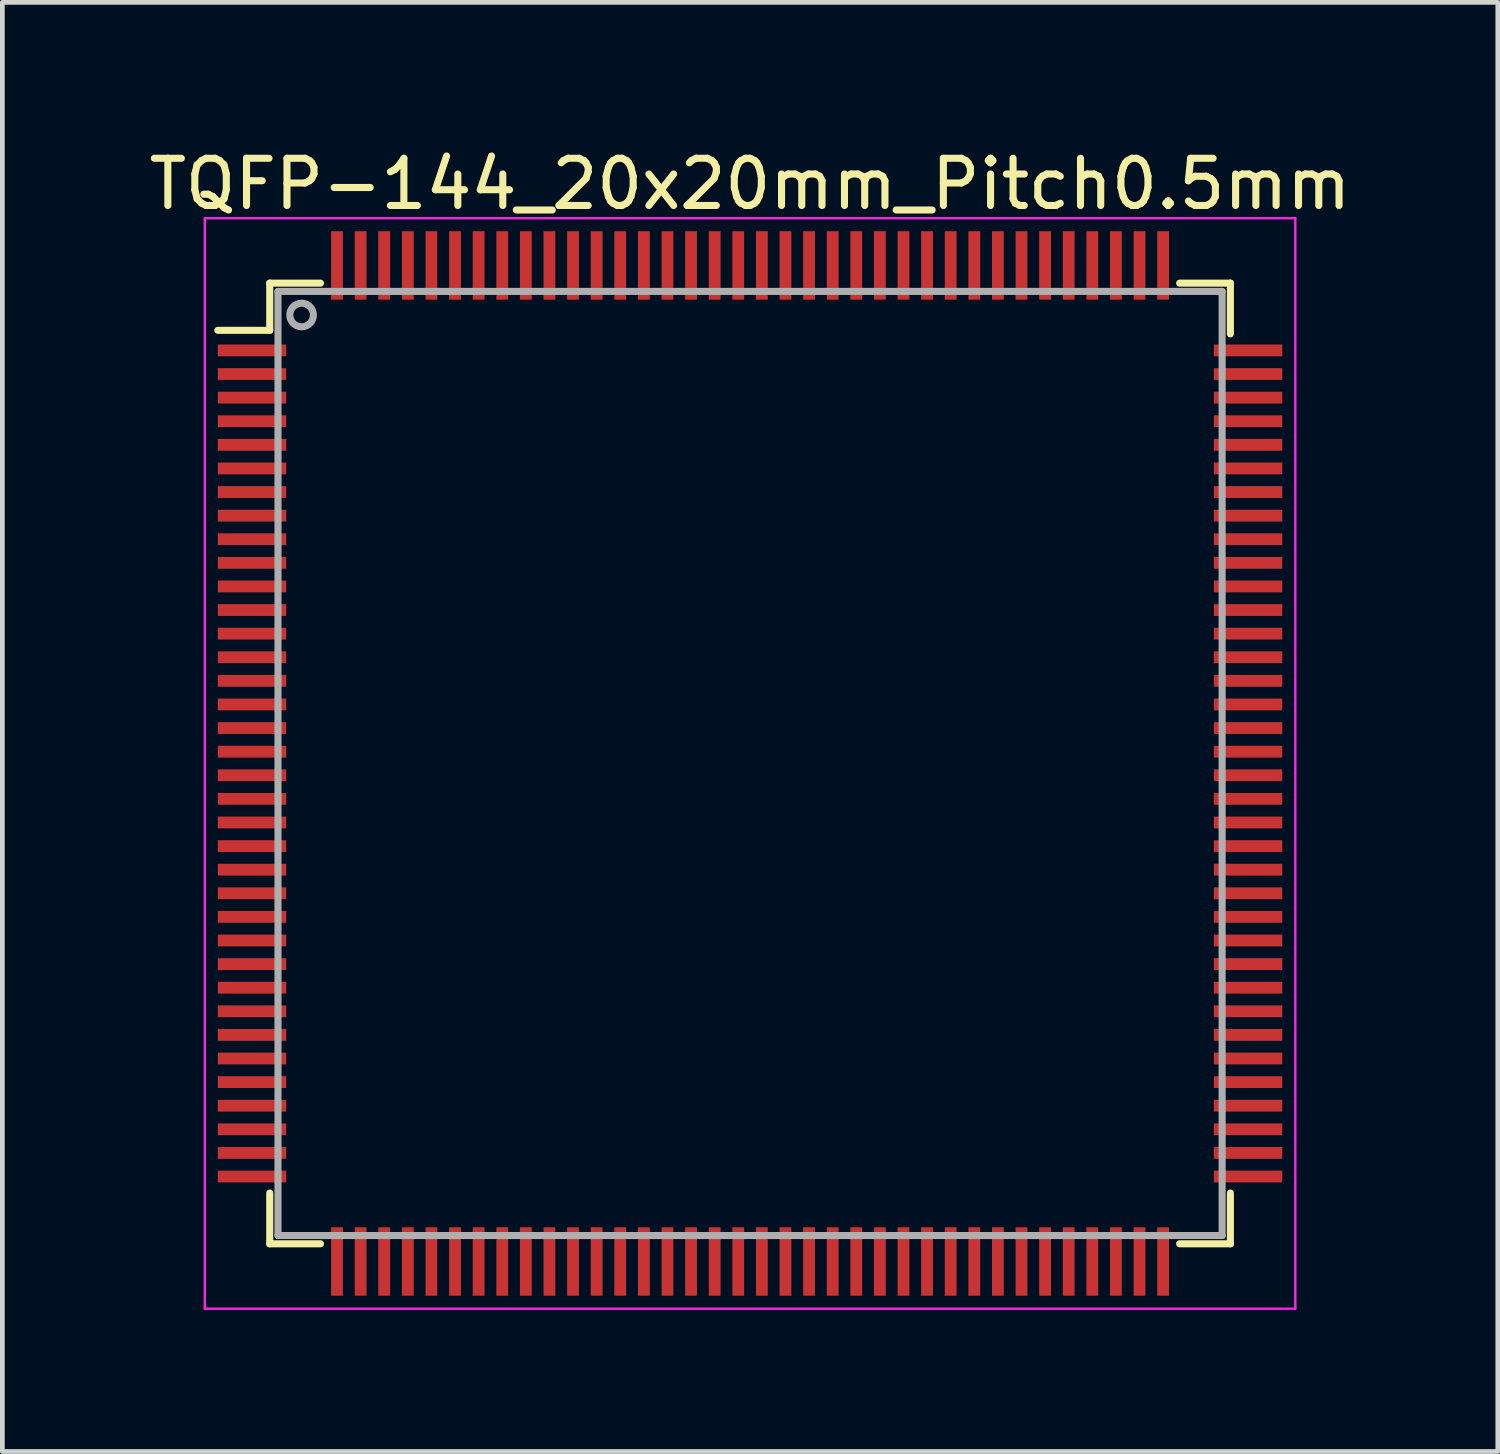
<source format=kicad_pcb>
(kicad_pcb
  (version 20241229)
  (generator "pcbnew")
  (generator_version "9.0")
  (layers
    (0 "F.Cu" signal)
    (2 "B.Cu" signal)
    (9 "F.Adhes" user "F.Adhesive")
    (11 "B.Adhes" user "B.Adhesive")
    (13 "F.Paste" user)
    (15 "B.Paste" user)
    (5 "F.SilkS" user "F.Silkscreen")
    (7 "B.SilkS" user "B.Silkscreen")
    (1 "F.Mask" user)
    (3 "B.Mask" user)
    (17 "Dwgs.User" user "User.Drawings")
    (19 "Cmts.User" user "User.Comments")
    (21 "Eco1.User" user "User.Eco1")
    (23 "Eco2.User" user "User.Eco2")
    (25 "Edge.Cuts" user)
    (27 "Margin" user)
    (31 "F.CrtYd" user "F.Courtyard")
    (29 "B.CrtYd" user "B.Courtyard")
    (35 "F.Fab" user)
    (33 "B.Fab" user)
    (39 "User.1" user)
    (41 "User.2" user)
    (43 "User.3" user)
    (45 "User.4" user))
  (footprint "TQFP-144_20x20mm_Pitch0.5mm"
    (layer "F.Cu")
    (at 12.839 13.123)
    (property "Reference" "TQFP-144_20x20mm_Pitch0.5mm" (at 0 -12.275 0) (layer "F.SilkS") (effects (font (size 1 1) (thickness 0.15))))
    (attr smd)
    (fp_line (start -10.175 -10.175) (end -10.175 -9.175) (stroke (width 0.15) (type solid)) (layer "F.SilkS"))
    (fp_line (start -10.175 -10.175) (end -9.1 -10.175) (stroke (width 0.15) (type solid)) (layer "F.SilkS"))
    (fp_line (start -10.175 -9.175) (end -11.275 -9.175) (stroke (width 0.15) (type solid)) (layer "F.SilkS"))
    (fp_line (start -10.175 10.175) (end -10.175 9.1) (stroke (width 0.15) (type solid)) (layer "F.SilkS"))
    (fp_line (start -10.175 10.175) (end -9.1 10.175) (stroke (width 0.15) (type solid)) (layer "F.SilkS"))
    (fp_line (start 10.175 -10.175) (end 9.1 -10.175) (stroke (width 0.15) (type solid)) (layer "F.SilkS"))
    (fp_line (start 10.175 -10.175) (end 10.175 -9.1) (stroke (width 0.15) (type solid)) (layer "F.SilkS"))
    (fp_line (start 10.175 10.175) (end 9.1 10.175) (stroke (width 0.15) (type solid)) (layer "F.SilkS"))
    (fp_line (start 10.175 10.175) (end 10.175 9.1) (stroke (width 0.15) (type solid)) (layer "F.SilkS"))
    (fp_line (start -11.55 -11.55) (end -11.55 11.55) (stroke (width 0.05) (type solid)) (layer "F.CrtYd"))
    (fp_line (start -11.55 -11.55) (end 11.55 -11.55) (stroke (width 0.05) (type solid)) (layer "F.CrtYd"))
    (fp_line (start -11.55 11.55) (end 11.55 11.55) (stroke (width 0.05) (type solid)) (layer "F.CrtYd"))
    (fp_line (start 11.55 -11.55) (end 11.55 11.55) (stroke (width 0.05) (type solid)) (layer "F.CrtYd"))
    (fp_line (start -10 -10) (end 10 -10) (stroke (width 0.15) (type solid)) (layer "F.Fab"))
    (fp_line (start -10 10) (end -10 -10) (stroke (width 0.15) (type solid)) (layer "F.Fab"))
    (fp_line (start 10 -10) (end 10 10) (stroke (width 0.15) (type solid)) (layer "F.Fab"))
    (fp_line (start 10 10) (end -10 10) (stroke (width 0.15) (type solid)) (layer "F.Fab"))
    (fp_circle (center -9.5 -9.5) (end -9.75 -9.5) (stroke (width 0.15) (type solid)) (fill no) (layer "F.Fab"))
    (pad "1" smd rect (at -10.55 -8.75) (size 1.45 0.25) (layers "F.Cu" "F.Mask" "F.Paste"))
    (pad "2" smd rect (at -10.55 -8.25) (size 1.45 0.25) (layers "F.Cu" "F.Mask" "F.Paste"))
    (pad "3" smd rect (at -10.55 -7.75) (size 1.45 0.25) (layers "F.Cu" "F.Mask" "F.Paste"))
    (pad "4" smd rect (at -10.55 -7.25) (size 1.45 0.25) (layers "F.Cu" "F.Mask" "F.Paste"))
    (pad "5" smd rect (at -10.55 -6.75) (size 1.45 0.25) (layers "F.Cu" "F.Mask" "F.Paste"))
    (pad "6" smd rect (at -10.55 -6.25) (size 1.45 0.25) (layers "F.Cu" "F.Mask" "F.Paste"))
    (pad "7" smd rect (at -10.55 -5.75) (size 1.45 0.25) (layers "F.Cu" "F.Mask" "F.Paste"))
    (pad "8" smd rect (at -10.55 -5.25) (size 1.45 0.25) (layers "F.Cu" "F.Mask" "F.Paste"))
    (pad "9" smd rect (at -10.55 -4.75) (size 1.45 0.25) (layers "F.Cu" "F.Mask" "F.Paste"))
    (pad "10" smd rect (at -10.55 -4.25) (size 1.45 0.25) (layers "F.Cu" "F.Mask" "F.Paste"))
    (pad "11" smd rect (at -10.55 -3.75) (size 1.45 0.25) (layers "F.Cu" "F.Mask" "F.Paste"))
    (pad "12" smd rect (at -10.55 -3.25) (size 1.45 0.25) (layers "F.Cu" "F.Mask" "F.Paste"))
    (pad "13" smd rect (at -10.55 -2.75) (size 1.45 0.25) (layers "F.Cu" "F.Mask" "F.Paste"))
    (pad "14" smd rect (at -10.55 -2.25) (size 1.45 0.25) (layers "F.Cu" "F.Mask" "F.Paste"))
    (pad "15" smd rect (at -10.55 -1.75) (size 1.45 0.25) (layers "F.Cu" "F.Mask" "F.Paste"))
    (pad "16" smd rect (at -10.55 -1.25) (size 1.45 0.25) (layers "F.Cu" "F.Mask" "F.Paste"))
    (pad "17" smd rect (at -10.55 -0.75) (size 1.45 0.25) (layers "F.Cu" "F.Mask" "F.Paste"))
    (pad "18" smd rect (at -10.55 -0.25) (size 1.45 0.25) (layers "F.Cu" "F.Mask" "F.Paste"))
    (pad "19" smd rect (at -10.55 0.25) (size 1.45 0.25) (layers "F.Cu" "F.Mask" "F.Paste"))
    (pad "20" smd rect (at -10.55 0.75) (size 1.45 0.25) (layers "F.Cu" "F.Mask" "F.Paste"))
    (pad "21" smd rect (at -10.55 1.25) (size 1.45 0.25) (layers "F.Cu" "F.Mask" "F.Paste"))
    (pad "22" smd rect (at -10.55 1.75) (size 1.45 0.25) (layers "F.Cu" "F.Mask" "F.Paste"))
    (pad "23" smd rect (at -10.55 2.25) (size 1.45 0.25) (layers "F.Cu" "F.Mask" "F.Paste"))
    (pad "24" smd rect (at -10.55 2.75) (size 1.45 0.25) (layers "F.Cu" "F.Mask" "F.Paste"))
    (pad "25" smd rect (at -10.55 3.25) (size 1.45 0.25) (layers "F.Cu" "F.Mask" "F.Paste"))
    (pad "26" smd rect (at -10.55 3.75) (size 1.45 0.25) (layers "F.Cu" "F.Mask" "F.Paste"))
    (pad "27" smd rect (at -10.55 4.25) (size 1.45 0.25) (layers "F.Cu" "F.Mask" "F.Paste"))
    (pad "28" smd rect (at -10.55 4.75) (size 1.45 0.25) (layers "F.Cu" "F.Mask" "F.Paste"))
    (pad "29" smd rect (at -10.55 5.25) (size 1.45 0.25) (layers "F.Cu" "F.Mask" "F.Paste"))
    (pad "30" smd rect (at -10.55 5.75) (size 1.45 0.25) (layers "F.Cu" "F.Mask" "F.Paste"))
    (pad "31" smd rect (at -10.55 6.25) (size 1.45 0.25) (layers "F.Cu" "F.Mask" "F.Paste"))
    (pad "32" smd rect (at -10.55 6.75) (size 1.45 0.25) (layers "F.Cu" "F.Mask" "F.Paste"))
    (pad "33" smd rect (at -10.55 7.25) (size 1.45 0.25) (layers "F.Cu" "F.Mask" "F.Paste"))
    (pad "34" smd rect (at -10.55 7.75) (size 1.45 0.25) (layers "F.Cu" "F.Mask" "F.Paste"))
    (pad "35" smd rect (at -10.55 8.25) (size 1.45 0.25) (layers "F.Cu" "F.Mask" "F.Paste"))
    (pad "36" smd rect (at -10.55 8.75) (size 1.45 0.25) (layers "F.Cu" "F.Mask" "F.Paste"))
    (pad "37" smd rect (at -8.75 10.55 90) (size 1.45 0.25) (layers "F.Cu" "F.Mask" "F.Paste"))
    (pad "38" smd rect (at -8.25 10.55 90) (size 1.45 0.25) (layers "F.Cu" "F.Mask" "F.Paste"))
    (pad "39" smd rect (at -7.75 10.55 90) (size 1.45 0.25) (layers "F.Cu" "F.Mask" "F.Paste"))
    (pad "40" smd rect (at -7.25 10.55 90) (size 1.45 0.25) (layers "F.Cu" "F.Mask" "F.Paste"))
    (pad "41" smd rect (at -6.75 10.55 90) (size 1.45 0.25) (layers "F.Cu" "F.Mask" "F.Paste"))
    (pad "42" smd rect (at -6.25 10.55 90) (size 1.45 0.25) (layers "F.Cu" "F.Mask" "F.Paste"))
    (pad "43" smd rect (at -5.75 10.55 90) (size 1.45 0.25) (layers "F.Cu" "F.Mask" "F.Paste"))
    (pad "44" smd rect (at -5.25 10.55 90) (size 1.45 0.25) (layers "F.Cu" "F.Mask" "F.Paste"))
    (pad "45" smd rect (at -4.75 10.55 90) (size 1.45 0.25) (layers "F.Cu" "F.Mask" "F.Paste"))
    (pad "46" smd rect (at -4.25 10.55 90) (size 1.45 0.25) (layers "F.Cu" "F.Mask" "F.Paste"))
    (pad "47" smd rect (at -3.75 10.55 90) (size 1.45 0.25) (layers "F.Cu" "F.Mask" "F.Paste"))
    (pad "48" smd rect (at -3.25 10.55 90) (size 1.45 0.25) (layers "F.Cu" "F.Mask" "F.Paste"))
    (pad "49" smd rect (at -2.75 10.55 90) (size 1.45 0.25) (layers "F.Cu" "F.Mask" "F.Paste"))
    (pad "50" smd rect (at -2.25 10.55 90) (size 1.45 0.25) (layers "F.Cu" "F.Mask" "F.Paste"))
    (pad "51" smd rect (at -1.75 10.55 90) (size 1.45 0.25) (layers "F.Cu" "F.Mask" "F.Paste"))
    (pad "52" smd rect (at -1.25 10.55 90) (size 1.45 0.25) (layers "F.Cu" "F.Mask" "F.Paste"))
    (pad "53" smd rect (at -0.75 10.55 90) (size 1.45 0.25) (layers "F.Cu" "F.Mask" "F.Paste"))
    (pad "54" smd rect (at -0.25 10.55 90) (size 1.45 0.25) (layers "F.Cu" "F.Mask" "F.Paste"))
    (pad "55" smd rect (at 0.25 10.55 90) (size 1.45 0.25) (layers "F.Cu" "F.Mask" "F.Paste"))
    (pad "56" smd rect (at 0.75 10.55 90) (size 1.45 0.25) (layers "F.Cu" "F.Mask" "F.Paste"))
    (pad "57" smd rect (at 1.25 10.55 90) (size 1.45 0.25) (layers "F.Cu" "F.Mask" "F.Paste"))
    (pad "58" smd rect (at 1.75 10.55 90) (size 1.45 0.25) (layers "F.Cu" "F.Mask" "F.Paste"))
    (pad "59" smd rect (at 2.25 10.55 90) (size 1.45 0.25) (layers "F.Cu" "F.Mask" "F.Paste"))
    (pad "60" smd rect (at 2.75 10.55 90) (size 1.45 0.25) (layers "F.Cu" "F.Mask" "F.Paste"))
    (pad "61" smd rect (at 3.25 10.55 90) (size 1.45 0.25) (layers "F.Cu" "F.Mask" "F.Paste"))
    (pad "62" smd rect (at 3.75 10.55 90) (size 1.45 0.25) (layers "F.Cu" "F.Mask" "F.Paste"))
    (pad "63" smd rect (at 4.25 10.55 90) (size 1.45 0.25) (layers "F.Cu" "F.Mask" "F.Paste"))
    (pad "64" smd rect (at 4.75 10.55 90) (size 1.45 0.25) (layers "F.Cu" "F.Mask" "F.Paste"))
    (pad "65" smd rect (at 5.25 10.55 90) (size 1.45 0.25) (layers "F.Cu" "F.Mask" "F.Paste"))
    (pad "66" smd rect (at 5.75 10.55 90) (size 1.45 0.25) (layers "F.Cu" "F.Mask" "F.Paste"))
    (pad "67" smd rect (at 6.25 10.55 90) (size 1.45 0.25) (layers "F.Cu" "F.Mask" "F.Paste"))
    (pad "68" smd rect (at 6.75 10.55 90) (size 1.45 0.25) (layers "F.Cu" "F.Mask" "F.Paste"))
    (pad "69" smd rect (at 7.25 10.55 90) (size 1.45 0.25) (layers "F.Cu" "F.Mask" "F.Paste"))
    (pad "70" smd rect (at 7.75 10.55 90) (size 1.45 0.25) (layers "F.Cu" "F.Mask" "F.Paste"))
    (pad "71" smd rect (at 8.25 10.55 90) (size 1.45 0.25) (layers "F.Cu" "F.Mask" "F.Paste"))
    (pad "72" smd rect (at 8.75 10.55 90) (size 1.45 0.25) (layers "F.Cu" "F.Mask" "F.Paste"))
    (pad "73" smd rect (at 10.55 8.75) (size 1.45 0.25) (layers "F.Cu" "F.Mask" "F.Paste"))
    (pad "74" smd rect (at 10.55 8.25) (size 1.45 0.25) (layers "F.Cu" "F.Mask" "F.Paste"))
    (pad "75" smd rect (at 10.55 7.75) (size 1.45 0.25) (layers "F.Cu" "F.Mask" "F.Paste"))
    (pad "76" smd rect (at 10.55 7.25) (size 1.45 0.25) (layers "F.Cu" "F.Mask" "F.Paste"))
    (pad "77" smd rect (at 10.55 6.75) (size 1.45 0.25) (layers "F.Cu" "F.Mask" "F.Paste"))
    (pad "78" smd rect (at 10.55 6.25) (size 1.45 0.25) (layers "F.Cu" "F.Mask" "F.Paste"))
    (pad "79" smd rect (at 10.55 5.75) (size 1.45 0.25) (layers "F.Cu" "F.Mask" "F.Paste"))
    (pad "80" smd rect (at 10.55 5.25) (size 1.45 0.25) (layers "F.Cu" "F.Mask" "F.Paste"))
    (pad "81" smd rect (at 10.55 4.75) (size 1.45 0.25) (layers "F.Cu" "F.Mask" "F.Paste"))
    (pad "82" smd rect (at 10.55 4.25) (size 1.45 0.25) (layers "F.Cu" "F.Mask" "F.Paste"))
    (pad "83" smd rect (at 10.55 3.75) (size 1.45 0.25) (layers "F.Cu" "F.Mask" "F.Paste"))
    (pad "84" smd rect (at 10.55 3.25) (size 1.45 0.25) (layers "F.Cu" "F.Mask" "F.Paste"))
    (pad "85" smd rect (at 10.55 2.75) (size 1.45 0.25) (layers "F.Cu" "F.Mask" "F.Paste"))
    (pad "86" smd rect (at 10.55 2.25) (size 1.45 0.25) (layers "F.Cu" "F.Mask" "F.Paste"))
    (pad "87" smd rect (at 10.55 1.75) (size 1.45 0.25) (layers "F.Cu" "F.Mask" "F.Paste"))
    (pad "88" smd rect (at 10.55 1.25) (size 1.45 0.25) (layers "F.Cu" "F.Mask" "F.Paste"))
    (pad "89" smd rect (at 10.55 0.75) (size 1.45 0.25) (layers "F.Cu" "F.Mask" "F.Paste"))
    (pad "90" smd rect (at 10.55 0.25) (size 1.45 0.25) (layers "F.Cu" "F.Mask" "F.Paste"))
    (pad "91" smd rect (at 10.55 -0.25) (size 1.45 0.25) (layers "F.Cu" "F.Mask" "F.Paste"))
    (pad "92" smd rect (at 10.55 -0.75) (size 1.45 0.25) (layers "F.Cu" "F.Mask" "F.Paste"))
    (pad "93" smd rect (at 10.55 -1.25) (size 1.45 0.25) (layers "F.Cu" "F.Mask" "F.Paste"))
    (pad "94" smd rect (at 10.55 -1.75) (size 1.45 0.25) (layers "F.Cu" "F.Mask" "F.Paste"))
    (pad "95" smd rect (at 10.55 -2.25) (size 1.45 0.25) (layers "F.Cu" "F.Mask" "F.Paste"))
    (pad "96" smd rect (at 10.55 -2.75) (size 1.45 0.25) (layers "F.Cu" "F.Mask" "F.Paste"))
    (pad "97" smd rect (at 10.55 -3.25) (size 1.45 0.25) (layers "F.Cu" "F.Mask" "F.Paste"))
    (pad "98" smd rect (at 10.55 -3.75) (size 1.45 0.25) (layers "F.Cu" "F.Mask" "F.Paste"))
    (pad "99" smd rect (at 10.55 -4.25) (size 1.45 0.25) (layers "F.Cu" "F.Mask" "F.Paste"))
    (pad "100" smd rect (at 10.55 -4.75) (size 1.45 0.25) (layers "F.Cu" "F.Mask" "F.Paste"))
    (pad "101" smd rect (at 10.55 -5.25) (size 1.45 0.25) (layers "F.Cu" "F.Mask" "F.Paste"))
    (pad "102" smd rect (at 10.55 -5.75) (size 1.45 0.25) (layers "F.Cu" "F.Mask" "F.Paste"))
    (pad "103" smd rect (at 10.55 -6.25) (size 1.45 0.25) (layers "F.Cu" "F.Mask" "F.Paste"))
    (pad "104" smd rect (at 10.55 -6.75) (size 1.45 0.25) (layers "F.Cu" "F.Mask" "F.Paste"))
    (pad "105" smd rect (at 10.55 -7.25) (size 1.45 0.25) (layers "F.Cu" "F.Mask" "F.Paste"))
    (pad "106" smd rect (at 10.55 -7.75) (size 1.45 0.25) (layers "F.Cu" "F.Mask" "F.Paste"))
    (pad "107" smd rect (at 10.55 -8.25) (size 1.45 0.25) (layers "F.Cu" "F.Mask" "F.Paste"))
    (pad "108" smd rect (at 10.55 -8.75) (size 1.45 0.25) (layers "F.Cu" "F.Mask" "F.Paste"))
    (pad "109" smd rect (at 8.75 -10.55 90) (size 1.45 0.25) (layers "F.Cu" "F.Mask" "F.Paste"))
    (pad "110" smd rect (at 8.25 -10.55 90) (size 1.45 0.25) (layers "F.Cu" "F.Mask" "F.Paste"))
    (pad "111" smd rect (at 7.75 -10.55 90) (size 1.45 0.25) (layers "F.Cu" "F.Mask" "F.Paste"))
    (pad "112" smd rect (at 7.25 -10.55 90) (size 1.45 0.25) (layers "F.Cu" "F.Mask" "F.Paste"))
    (pad "113" smd rect (at 6.75 -10.55 90) (size 1.45 0.25) (layers "F.Cu" "F.Mask" "F.Paste"))
    (pad "114" smd rect (at 6.25 -10.55 90) (size 1.45 0.25) (layers "F.Cu" "F.Mask" "F.Paste"))
    (pad "115" smd rect (at 5.75 -10.55 90) (size 1.45 0.25) (layers "F.Cu" "F.Mask" "F.Paste"))
    (pad "116" smd rect (at 5.25 -10.55 90) (size 1.45 0.25) (layers "F.Cu" "F.Mask" "F.Paste"))
    (pad "117" smd rect (at 4.75 -10.55 90) (size 1.45 0.25) (layers "F.Cu" "F.Mask" "F.Paste"))
    (pad "118" smd rect (at 4.25 -10.55 90) (size 1.45 0.25) (layers "F.Cu" "F.Mask" "F.Paste"))
    (pad "119" smd rect (at 3.75 -10.55 90) (size 1.45 0.25) (layers "F.Cu" "F.Mask" "F.Paste"))
    (pad "120" smd rect (at 3.25 -10.55 90) (size 1.45 0.25) (layers "F.Cu" "F.Mask" "F.Paste"))
    (pad "121" smd rect (at 2.75 -10.55 90) (size 1.45 0.25) (layers "F.Cu" "F.Mask" "F.Paste"))
    (pad "122" smd rect (at 2.25 -10.55 90) (size 1.45 0.25) (layers "F.Cu" "F.Mask" "F.Paste"))
    (pad "123" smd rect (at 1.75 -10.55 90) (size 1.45 0.25) (layers "F.Cu" "F.Mask" "F.Paste"))
    (pad "124" smd rect (at 1.25 -10.55 90) (size 1.45 0.25) (layers "F.Cu" "F.Mask" "F.Paste"))
    (pad "125" smd rect (at 0.75 -10.55 90) (size 1.45 0.25) (layers "F.Cu" "F.Mask" "F.Paste"))
    (pad "126" smd rect (at 0.25 -10.55 90) (size 1.45 0.25) (layers "F.Cu" "F.Mask" "F.Paste"))
    (pad "127" smd rect (at -0.25 -10.55 90) (size 1.45 0.25) (layers "F.Cu" "F.Mask" "F.Paste"))
    (pad "128" smd rect (at -0.75 -10.55 90) (size 1.45 0.25) (layers "F.Cu" "F.Mask" "F.Paste"))
    (pad "129" smd rect (at -1.25 -10.55 90) (size 1.45 0.25) (layers "F.Cu" "F.Mask" "F.Paste"))
    (pad "130" smd rect (at -1.75 -10.55 90) (size 1.45 0.25) (layers "F.Cu" "F.Mask" "F.Paste"))
    (pad "131" smd rect (at -2.25 -10.55 90) (size 1.45 0.25) (layers "F.Cu" "F.Mask" "F.Paste"))
    (pad "132" smd rect (at -2.75 -10.55 90) (size 1.45 0.25) (layers "F.Cu" "F.Mask" "F.Paste"))
    (pad "133" smd rect (at -3.25 -10.55 90) (size 1.45 0.25) (layers "F.Cu" "F.Mask" "F.Paste"))
    (pad "134" smd rect (at -3.75 -10.55 90) (size 1.45 0.25) (layers "F.Cu" "F.Mask" "F.Paste"))
    (pad "135" smd rect (at -4.25 -10.55 90) (size 1.45 0.25) (layers "F.Cu" "F.Mask" "F.Paste"))
    (pad "136" smd rect (at -4.75 -10.55 90) (size 1.45 0.25) (layers "F.Cu" "F.Mask" "F.Paste"))
    (pad "137" smd rect (at -5.25 -10.55 90) (size 1.45 0.25) (layers "F.Cu" "F.Mask" "F.Paste"))
    (pad "138" smd rect (at -5.75 -10.55 90) (size 1.45 0.25) (layers "F.Cu" "F.Mask" "F.Paste"))
    (pad "139" smd rect (at -6.25 -10.55 90) (size 1.45 0.25) (layers "F.Cu" "F.Mask" "F.Paste"))
    (pad "140" smd rect (at -6.75 -10.55 90) (size 1.45 0.25) (layers "F.Cu" "F.Mask" "F.Paste"))
    (pad "141" smd rect (at -7.25 -10.55 90) (size 1.45 0.25) (layers "F.Cu" "F.Mask" "F.Paste"))
    (pad "142" smd rect (at -7.75 -10.55 90) (size 1.45 0.25) (layers "F.Cu" "F.Mask" "F.Paste"))
    (pad "143" smd rect (at -8.25 -10.55 90) (size 1.45 0.25) (layers "F.Cu" "F.Mask" "F.Paste"))
    (pad "144" smd rect (at -8.75 -10.55 90) (size 1.45 0.25) (layers "F.Cu" "F.Mask" "F.Paste")))
  (gr_rect
    (start -3 -3)
    (end 28.679 27.698)
    (stroke (width 0.1) (type default))
    (fill no)
    (layer "Edge.Cuts")))
</source>
